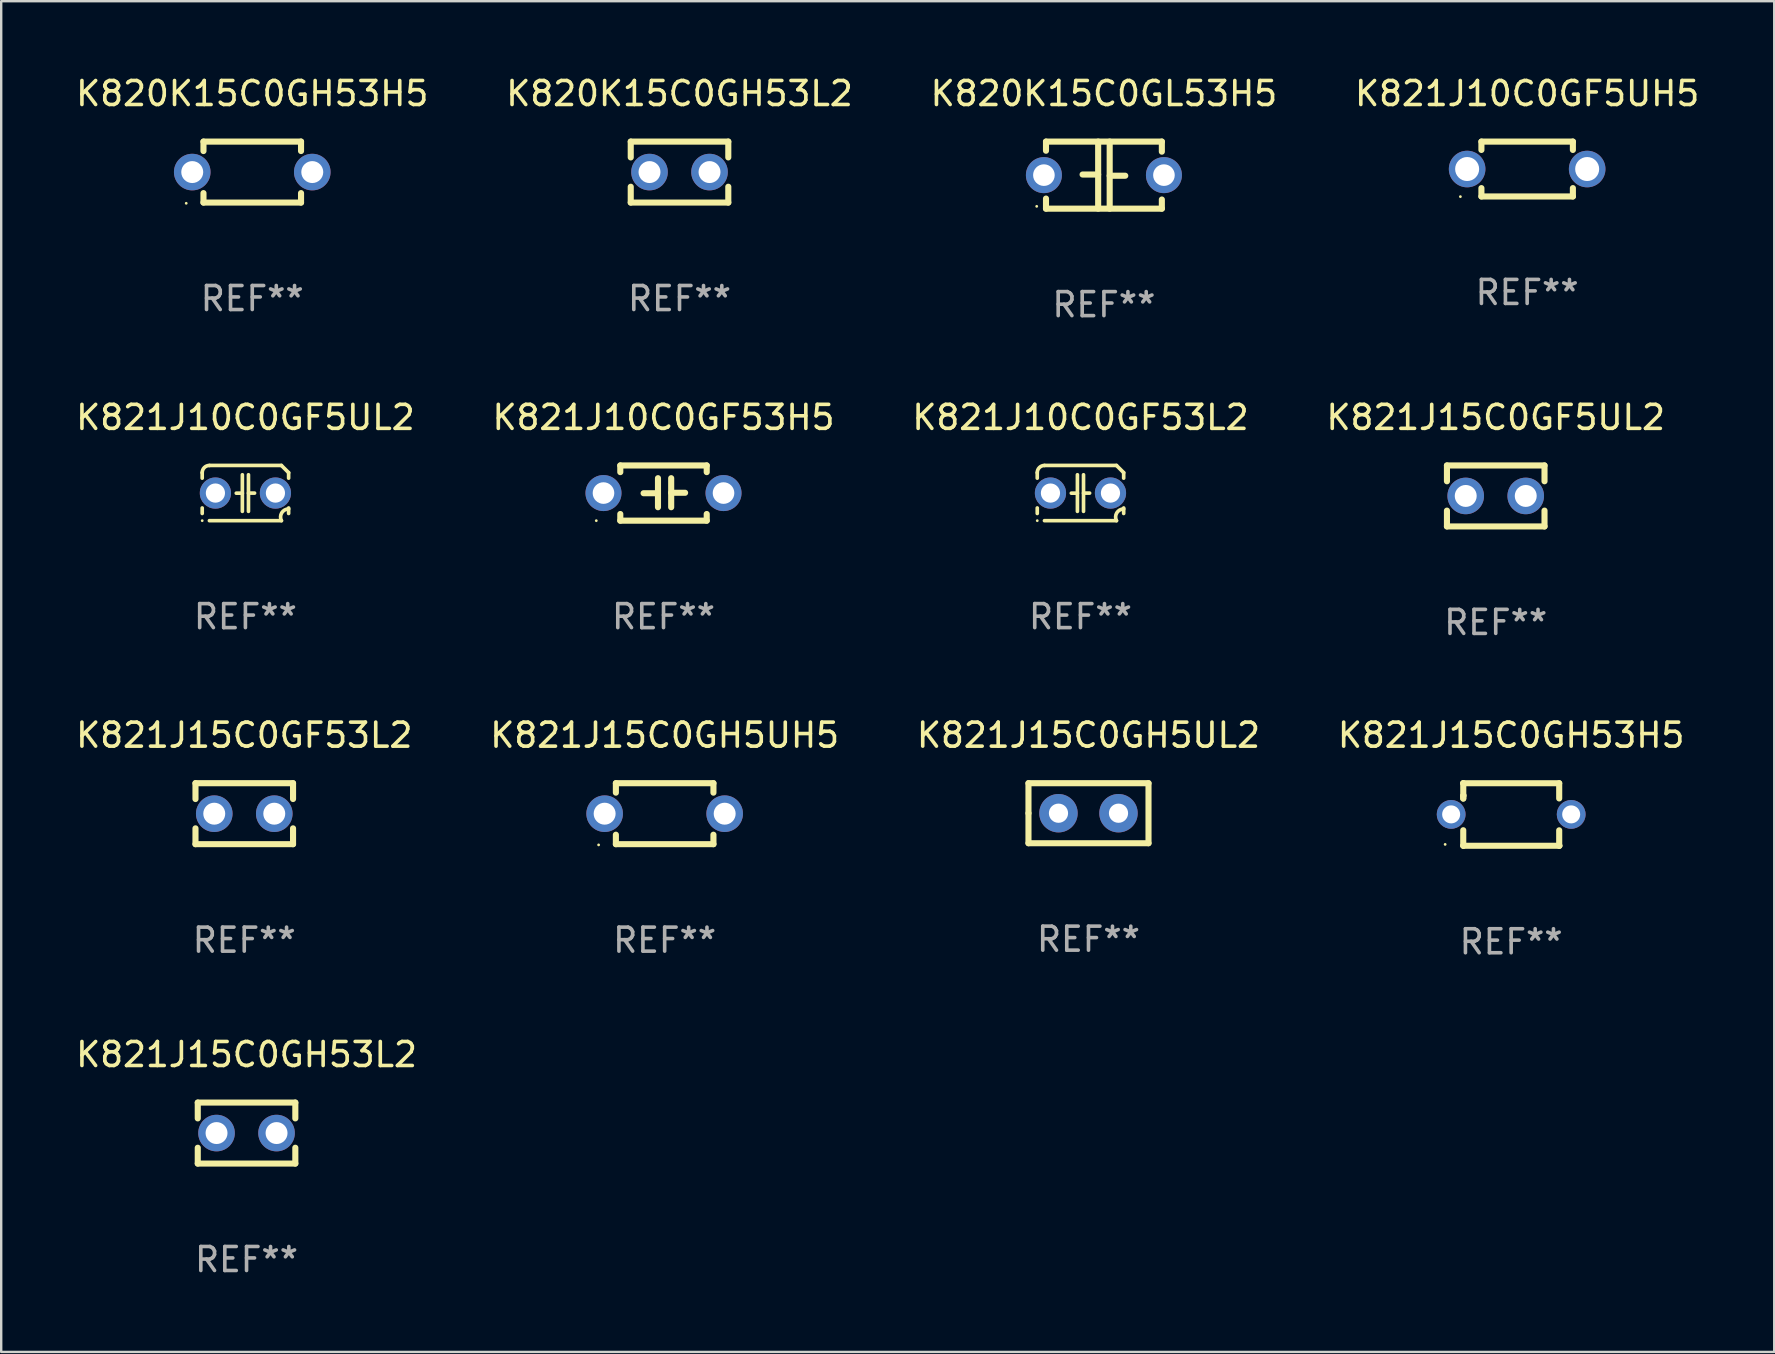
<source format=kicad_pcb>
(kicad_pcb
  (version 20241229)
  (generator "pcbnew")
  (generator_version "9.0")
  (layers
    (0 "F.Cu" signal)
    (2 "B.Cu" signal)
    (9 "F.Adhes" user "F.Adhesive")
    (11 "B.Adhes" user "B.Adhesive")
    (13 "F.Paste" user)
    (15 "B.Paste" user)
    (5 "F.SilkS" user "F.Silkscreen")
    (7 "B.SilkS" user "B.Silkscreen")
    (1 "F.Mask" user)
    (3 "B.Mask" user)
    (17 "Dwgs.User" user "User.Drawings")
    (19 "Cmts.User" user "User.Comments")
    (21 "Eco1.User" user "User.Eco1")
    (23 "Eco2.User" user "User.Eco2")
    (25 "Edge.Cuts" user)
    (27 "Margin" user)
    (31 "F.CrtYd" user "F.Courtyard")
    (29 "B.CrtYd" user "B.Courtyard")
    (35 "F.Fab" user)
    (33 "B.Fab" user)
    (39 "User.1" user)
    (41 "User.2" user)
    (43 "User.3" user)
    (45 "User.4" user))
  (footprint "K821J15C0GF53L2"
    (layer "F.Cu")
    (at 7.125 30.845)
    (property "Reference" "K821J15C0GF53L2" (at 0 -3.27 0) (layer "F.SilkS") (effects (font (size 1 1) (thickness 0.15))))
    (attr through_hole)
    (fp_line (start -2.032 -1.27) (end -2.032 -0.611) (stroke (width 0.254) (type solid)) (layer "F.SilkS"))
    (fp_line (start -2.032 0.611) (end -2.032 1.27) (stroke (width 0.254) (type solid)) (layer "F.SilkS"))
    (fp_line (start -2.032 1.27) (end 2.032 1.27) (stroke (width 0.254) (type solid)) (layer "F.SilkS"))
    (fp_line (start 2.032 -1.27) (end -2.032 -1.27) (stroke (width 0.254) (type solid)) (layer "F.SilkS"))
    (fp_line (start 2.032 -0.611) (end 2.032 -1.27) (stroke (width 0.254) (type solid)) (layer "F.SilkS"))
    (fp_line (start 2.032 1.27) (end 2.032 0.611) (stroke (width 0.254) (type solid)) (layer "F.SilkS"))
    (fp_circle (center -2 1.3) (end -1.97 1.3) (stroke (width 0.06) (type solid)) (fill no) (layer "F.SilkS"))
    (fp_text user "REF**" (at 0 5.27 0) (layer "F.Fab") (effects (font (size 1 1) (thickness 0.15))))
    (pad "1" thru_hole circle (at -1.25 0) (size 1.524 1.524) (drill 0.914) (layers "*.Cu" "*.Mask"))
    (pad "2" thru_hole circle (at 1.25 0) (size 1.524 1.524) (drill 0.914) (layers "*.Cu" "*.Mask")))
  (footprint "K821J10C0GF53H5"
    (layer "F.Cu")
    (at 24.589 17.489)
    (property "Reference" "K821J10C0GF53H5" (at 0 -3.15 0) (layer "F.SilkS") (effects (font (size 1 1) (thickness 0.15))))
    (attr through_hole)
    (fp_line (start -1.8 -1.15) (end -1.8 -0.872) (stroke (width 0.254) (type solid)) (layer "F.SilkS"))
    (fp_line (start -1.8 -1.15) (end 1.8 -1.15) (stroke (width 0.254) (type solid)) (layer "F.SilkS"))
    (fp_line (start -1.8 0.872) (end -1.8 1.15) (stroke (width 0.254) (type solid)) (layer "F.SilkS"))
    (fp_line (start -1.8 1.15) (end 1.8 1.15) (stroke (width 0.254) (type solid)) (layer "F.SilkS"))
    (fp_line (start -0.23 -0.62) (end -0.23 0.59) (stroke (width 0.254) (type solid)) (layer "F.SilkS"))
    (fp_line (start -0.23 0.007) (end -0.83 0.007) (stroke (width 0.254) (type solid)) (layer "F.SilkS"))
    (fp_line (start 0.32 -0.62) (end 0.32 0.59) (stroke (width 0.254) (type solid)) (layer "F.SilkS"))
    (fp_line (start 0.32 -0.012) (end 0.9 -0.012) (stroke (width 0.254) (type solid)) (layer "F.SilkS"))
    (fp_line (start 1.8 -1.15) (end 1.8 -0.872) (stroke (width 0.254) (type solid)) (layer "F.SilkS"))
    (fp_line (start 1.8 0.872) (end 1.8 1.15) (stroke (width 0.254) (type solid)) (layer "F.SilkS"))
    (fp_circle (center -2.8 1.15) (end -2.77 1.15) (stroke (width 0.06) (type solid)) (fill no) (layer "F.SilkS"))
    (fp_text user "REF**" (at 0 5.15 0) (layer "F.Fab") (effects (font (size 1 1) (thickness 0.15))))
    (pad "1" thru_hole circle (at -2.5 0) (size 1.5 1.5) (drill 0.9) (layers "*.Cu" "*.Mask"))
    (pad "2" thru_hole circle (at 2.5 0) (size 1.5 1.5) (drill 0.9) (layers "*.Cu" "*.Mask")))
  (footprint "K821J15C0GH5UL2"
    (layer "F.Cu")
    (at 42.292 30.825)
    (property "Reference" "K821J15C0GH5UL2" (at 0 -3.25 0) (layer "F.SilkS") (effects (font (size 1 1) (thickness 0.15))))
    (attr through_hole)
    (fp_line (start -2.5 -1.25) (end 2.5 -1.25) (stroke (width 0.254) (type solid)) (layer "F.SilkS"))
    (fp_line (start -2.5 0) (end -2.5 -1.25) (stroke (width 0.254) (type solid)) (layer "F.SilkS"))
    (fp_line (start -2.5 1.25) (end -2.5 0) (stroke (width 0.254) (type solid)) (layer "F.SilkS"))
    (fp_line (start 2.5 -1.25) (end 2.5 1.25) (stroke (width 0.254) (type solid)) (layer "F.SilkS"))
    (fp_line (start 2.5 1.25) (end -2.5 1.25) (stroke (width 0.254) (type solid)) (layer "F.SilkS"))
    (fp_circle (center -2.5 1.25) (end -2.47 1.25) (stroke (width 0.06) (type solid)) (fill no) (layer "F.SilkS"))
    (fp_text user "REF**" (at 0 5.25 0) (layer "F.Fab") (effects (font (size 1 1) (thickness 0.15))))
    (pad "1" thru_hole circle (at -1.25 0) (size 1.6 1.6) (drill 0.8) (layers "*.Cu" "*.Mask"))
    (pad "2" thru_hole circle (at 1.25 0) (size 1.6 1.6) (drill 0.8) (layers "*.Cu" "*.Mask")))
  (footprint "K821J15C0GH5UH5"
    (layer "F.Cu")
    (at 24.637 30.845)
    (property "Reference" "K821J15C0GH5UH5" (at 0 -3.27 0) (layer "F.SilkS") (effects (font (size 1 1) (thickness 0.15))))
    (attr through_hole)
    (fp_line (start -2.032 -1.27) (end -2.032 -0.876) (stroke (width 0.254) (type solid)) (layer "F.SilkS"))
    (fp_line (start -2.032 0.876) (end -2.032 1.27) (stroke (width 0.254) (type solid)) (layer "F.SilkS"))
    (fp_line (start -2.032 1.27) (end 2.032 1.27) (stroke (width 0.254) (type solid)) (layer "F.SilkS"))
    (fp_line (start 2.032 -1.27) (end -2.032 -1.27) (stroke (width 0.254) (type solid)) (layer "F.SilkS"))
    (fp_line (start 2.032 -0.876) (end 2.032 -1.27) (stroke (width 0.254) (type solid)) (layer "F.SilkS"))
    (fp_line (start 2.032 1.27) (end 2.032 0.876) (stroke (width 0.254) (type solid)) (layer "F.SilkS"))
    (fp_circle (center -2.751 1.3) (end -2.721 1.3) (stroke (width 0.06) (type solid)) (fill no) (layer "F.SilkS"))
    (fp_text user "REF**" (at 0 5.27 0) (layer "F.Fab") (effects (font (size 1 1) (thickness 0.15))))
    (pad "1" thru_hole circle (at -2.5 0) (size 1.524 1.524) (drill 0.914) (layers "*.Cu" "*.Mask"))
    (pad "2" thru_hole circle (at 2.5 0) (size 1.524 1.524) (drill 0.914) (layers "*.Cu" "*.Mask")))
  (footprint "K821J10C0GF53L2"
    (layer "F.Cu")
    (at 41.958 17.489)
    (property "Reference" "K821J10C0GF53L2" (at 0 -3.15 0) (layer "F.SilkS") (effects (font (size 1 1) (thickness 0.15))))
    (attr through_hole)
    (fp_line (start -1.8 -0.621) (end -1.8 -0.85) (stroke (width 0.152) (type solid)) (layer "F.SilkS"))
    (fp_line (start -1.8 0.85) (end -1.8 0.621) (stroke (width 0.152) (type solid)) (layer "F.SilkS"))
    (fp_line (start -1.5 -1.15) (end 1.5 -1.15) (stroke (width 0.152) (type solid)) (layer "F.SilkS"))
    (fp_line (start -0.127 -0.762) (end -0.127 0.762) (stroke (width 0.152) (type solid)) (layer "F.SilkS"))
    (fp_line (start -0.127 0.005) (end -0.381 0.005) (stroke (width 0.152) (type solid)) (layer "F.SilkS"))
    (fp_line (start 0.127 -0.762) (end 0.127 0.762) (stroke (width 0.152) (type solid)) (layer "F.SilkS"))
    (fp_line (start 0.127 0.002) (end 0.381 0.002) (stroke (width 0.152) (type solid)) (layer "F.SilkS"))
    (fp_line (start 1.5 1.15) (end -1.5 1.15) (stroke (width 0.152) (type solid)) (layer "F.SilkS"))
    (fp_line (start 1.8 -0.85) (end 1.8 -0.621) (stroke (width 0.152) (type solid)) (layer "F.SilkS"))
    (fp_line (start 1.8 0.621) (end 1.8 0.85) (stroke (width 0.152) (type solid)) (layer "F.SilkS"))
    (fp_arc (start -1.799975 -0.849987) (mid -1.712107 -1.062119) (end -1.499975 -1.149987) (stroke (width 0.151994) (type solid)) (layer "F.SilkS"))
    (fp_arc (start 1.499975 1.149987) (mid 1.513726 0.822359) (end 1.799975 0.662387) (stroke (width 0.151994) (type solid)) (layer "F.SilkS"))
    (fp_arc (start 1.500001 -1.149986) (mid 1.650015 -1.000001) (end 1.8 -0.849987) (stroke (width 0.151994) (type solid)) (layer "F.SilkS"))
    (fp_circle (center -1.8 1.15) (end -1.77 1.15) (stroke (width 0.06) (type solid)) (fill no) (layer "F.SilkS"))
    (fp_text user "REF**" (at 0 5.15 0) (layer "F.Fab") (effects (font (size 1 1) (thickness 0.15))))
    (pad "1" thru_hole circle (at -1.25 0) (size 1.3 1.3) (drill 0.8) (layers "*.Cu" "*.Mask"))
    (pad "2" thru_hole circle (at 1.25 0) (size 1.3 1.3) (drill 0.8) (layers "*.Cu" "*.Mask")))
  (footprint "K820K15C0GL53H5"
    (layer "F.Cu")
    (at 42.935 4.245)
    (property "Reference" "K820K15C0GL53H5" (at 0 -3.397 0) (layer "F.SilkS") (effects (font (size 1 1) (thickness 0.15))))
    (attr through_hole)
    (fp_line (start -2.413 -1.397) (end 2.413 -1.397) (stroke (width 0.254) (type solid)) (layer "F.SilkS"))
    (fp_line (start -2.413 -1.016) (end -2.413 -1.397) (stroke (width 0.254) (type solid)) (layer "F.SilkS"))
    (fp_line (start -2.413 0.977) (end -2.413 1.397) (stroke (width 0.254) (type solid)) (layer "F.SilkS"))
    (fp_line (start -0.24 -0.025) (end -0.889 -0.025) (stroke (width 0.254) (type solid)) (layer "F.SilkS"))
    (fp_line (start -0.24 1.397) (end -0.24 -1.397) (stroke (width 0.254) (type solid)) (layer "F.SilkS"))
    (fp_line (start 0.24 -1.397) (end 0.24 1.397) (stroke (width 0.254) (type solid)) (layer "F.SilkS"))
    (fp_line (start 0.24 0.025) (end 0.889 0.025) (stroke (width 0.254) (type solid)) (layer "F.SilkS"))
    (fp_line (start 2.413 -0.977) (end 2.413 -1.397) (stroke (width 0.254) (type solid)) (layer "F.SilkS"))
    (fp_line (start 2.413 1.016) (end 2.413 1.397) (stroke (width 0.254) (type solid)) (layer "F.SilkS"))
    (fp_line (start 2.413 1.397) (end -2.413 1.397) (stroke (width 0.254) (type solid)) (layer "F.SilkS"))
    (fp_circle (center -2.8 1.3) (end -2.77 1.3) (stroke (width 0.06) (type solid)) (fill no) (layer "F.SilkS"))
    (fp_text user "REF**" (at 0 5.397 0) (layer "F.Fab") (effects (font (size 1 1) (thickness 0.15))))
    (pad "1" thru_hole circle (at -2.5 0) (size 1.5 1.5) (drill 0.9) (layers "*.Cu" "*.Mask"))
    (pad "2" thru_hole circle (at 2.5 0) (size 1.5 1.5) (drill 0.9) (layers "*.Cu" "*.Mask")))
  (footprint "K821J15C0GH53L2"
    (layer "F.Cu")
    (at 7.22 44.149)
    (property "Reference" "K821J15C0GH53L2" (at 0 -3.27 0) (layer "F.SilkS") (effects (font (size 1 1) (thickness 0.15))))
    (attr through_hole)
    (fp_line (start -2.032 -1.27) (end -2.032 -0.611) (stroke (width 0.254) (type solid)) (layer "F.SilkS"))
    (fp_line (start -2.032 0.611) (end -2.032 1.27) (stroke (width 0.254) (type solid)) (layer "F.SilkS"))
    (fp_line (start -2.032 1.27) (end 2.032 1.27) (stroke (width 0.254) (type solid)) (layer "F.SilkS"))
    (fp_line (start 2.032 -1.27) (end -2.032 -1.27) (stroke (width 0.254) (type solid)) (layer "F.SilkS"))
    (fp_line (start 2.032 -0.611) (end 2.032 -1.27) (stroke (width 0.254) (type solid)) (layer "F.SilkS"))
    (fp_line (start 2.032 1.27) (end 2.032 0.611) (stroke (width 0.254) (type solid)) (layer "F.SilkS"))
    (fp_circle (center -2 1.3) (end -1.97 1.3) (stroke (width 0.06) (type solid)) (fill no) (layer "F.SilkS"))
    (fp_text user "REF**" (at 0 5.27 0) (layer "F.Fab") (effects (font (size 1 1) (thickness 0.15))))
    (pad "1" thru_hole circle (at -1.25 0) (size 1.524 1.524) (drill 0.914) (layers "*.Cu" "*.Mask"))
    (pad "2" thru_hole circle (at 1.25 0) (size 1.524 1.524) (drill 0.914) (layers "*.Cu" "*.Mask")))
  (footprint "K820K15C0GH53H5"
    (layer "F.Cu")
    (at 7.458 4.118)
    (property "Reference" "K820K15C0GH53H5" (at 0 -3.27 0) (layer "F.SilkS") (effects (font (size 1 1) (thickness 0.15))))
    (attr through_hole)
    (fp_line (start -2.032 -1.27) (end -2.032 -0.876) (stroke (width 0.254) (type solid)) (layer "F.SilkS"))
    (fp_line (start -2.032 0.876) (end -2.032 1.27) (stroke (width 0.254) (type solid)) (layer "F.SilkS"))
    (fp_line (start -2.032 1.27) (end 2.032 1.27) (stroke (width 0.254) (type solid)) (layer "F.SilkS"))
    (fp_line (start 2.032 -1.27) (end -2.032 -1.27) (stroke (width 0.254) (type solid)) (layer "F.SilkS"))
    (fp_line (start 2.032 -0.876) (end 2.032 -1.27) (stroke (width 0.254) (type solid)) (layer "F.SilkS"))
    (fp_line (start 2.032 1.27) (end 2.032 0.876) (stroke (width 0.254) (type solid)) (layer "F.SilkS"))
    (fp_circle (center -2.751 1.3) (end -2.721 1.3) (stroke (width 0.06) (type solid)) (fill no) (layer "F.SilkS"))
    (fp_text user "REF**" (at 0 5.27 0) (layer "F.Fab") (effects (font (size 1 1) (thickness 0.15))))
    (pad "1" thru_hole circle (at -2.5 0) (size 1.524 1.524) (drill 0.914) (layers "*.Cu" "*.Mask"))
    (pad "2" thru_hole circle (at 2.5 0) (size 1.524 1.524) (drill 0.914) (layers "*.Cu" "*.Mask")))
  (footprint "K821J10C0GF5UH5"
    (layer "F.Cu")
    (at 60.565 3.991)
    (property "Reference" "K821J10C0GF5UH5" (at 0 -3.143 0) (layer "F.SilkS") (effects (font (size 1 1) (thickness 0.15))))
    (attr through_hole)
    (fp_line (start -1.905 -1.143) (end 1.905 -1.143) (stroke (width 0.254) (type solid)) (layer "F.SilkS"))
    (fp_line (start -1.905 -0.795) (end -1.905 -1.143) (stroke (width 0.254) (type solid)) (layer "F.SilkS"))
    (fp_line (start -1.905 1.143) (end -1.905 0.795) (stroke (width 0.254) (type solid)) (layer "F.SilkS"))
    (fp_line (start 1.905 -1.143) (end 1.905 -0.795) (stroke (width 0.254) (type solid)) (layer "F.SilkS"))
    (fp_line (start 1.905 0.795) (end 1.905 1.143) (stroke (width 0.254) (type solid)) (layer "F.SilkS"))
    (fp_line (start 1.905 1.143) (end -1.905 1.143) (stroke (width 0.254) (type solid)) (layer "F.SilkS"))
    (fp_circle (center -2.781 1.15) (end -2.751 1.15) (stroke (width 0.06) (type solid)) (fill no) (layer "F.SilkS"))
    (fp_text user "REF**" (at 0 5.143 0) (layer "F.Fab") (effects (font (size 1 1) (thickness 0.15))))
    (pad "1" thru_hole circle (at -2.5 0) (size 1.524 1.524) (drill 1) (layers "*.Cu" "*.Mask"))
    (pad "2" thru_hole circle (at 2.5 0) (size 1.524 1.524) (drill 1) (layers "*.Cu" "*.Mask")))
  (footprint "K821J15C0GH53H5"
    (layer "F.Cu")
    (at 59.899 30.879)
    (property "Reference" "K821J15C0GH53H5" (at 0 -3.303 0) (layer "F.SilkS") (effects (font (size 1 1) (thickness 0.15))))
    (attr through_hole)
    (fp_line (start -1.996 -0.782) (end -1.983 -0.795) (stroke (width 0.254) (type solid)) (layer "F.SilkS"))
    (fp_line (start -1.996 -0.665) (end -1.996 -0.782) (stroke (width 0.254) (type solid)) (layer "F.SilkS"))
    (fp_line (start -1.996 1.297) (end -1.996 0.655) (stroke (width 0.254) (type solid)) (layer "F.SilkS"))
    (fp_line (start -1.996 -1.303) (end 2.001 -1.303) (stroke (width 0.254) (type solid)) (layer "F.SilkS"))
    (fp_line (start -1.995 -1.303) (end -1.996 -1.303) (stroke (width 0.254) (type solid)) (layer "F.SilkS"))
    (fp_line (start -1.995 -0.664) (end -1.995 -1.303) (stroke (width 0.254) (type solid)) (layer "F.SilkS"))
    (fp_line (start -1.99 1.303) (end -1.996 1.297) (stroke (width 0.254) (type solid)) (layer "F.SilkS"))
    (fp_line (start 2.001 -1.303) (end 2.001 -0.669) (stroke (width 0.254) (type solid)) (layer "F.SilkS"))
    (fp_line (start 2.001 0.659) (end 2.001 1.297) (stroke (width 0.254) (type solid)) (layer "F.SilkS"))
    (fp_line (start 2.001 1.297) (end 2.008 1.303) (stroke (width 0.254) (type solid)) (layer "F.SilkS"))
    (fp_line (start 2.008 1.303) (end -1.99 1.303) (stroke (width 0.254) (type solid)) (layer "F.SilkS"))
    (fp_circle (center -2.75 1.245) (end -2.72 1.245) (stroke (width 0.06) (type solid)) (fill no) (layer "F.SilkS"))
    (fp_text user "REF**" (at 0 5.303 0) (layer "F.Fab") (effects (font (size 1 1) (thickness 0.15))))
    (pad "1" thru_hole circle (at -2.5 -0.005) (size 1.2 1.2) (drill 0.75) (layers "*.Cu" "*.Mask"))
    (pad "2" thru_hole circle (at 2.5 -0.005) (size 1.2 1.2) (drill 0.75) (layers "*.Cu" "*.Mask")))
  (footprint "K821J15C0GF5UL2"
    (layer "F.Cu")
    (at 59.256 17.609)
    (property "Reference" "K821J15C0GF5UL2" (at 0 -3.27 0) (layer "F.SilkS") (effects (font (size 1 1) (thickness 0.15))))
    (attr through_hole)
    (fp_line (start -2.032 -1.27) (end -2.032 -0.611) (stroke (width 0.254) (type solid)) (layer "F.SilkS"))
    (fp_line (start -2.032 0.611) (end -2.032 1.27) (stroke (width 0.254) (type solid)) (layer "F.SilkS"))
    (fp_line (start -2.032 1.27) (end 2.032 1.27) (stroke (width 0.254) (type solid)) (layer "F.SilkS"))
    (fp_line (start 2.032 -1.27) (end -2.032 -1.27) (stroke (width 0.254) (type solid)) (layer "F.SilkS"))
    (fp_line (start 2.032 -0.611) (end 2.032 -1.27) (stroke (width 0.254) (type solid)) (layer "F.SilkS"))
    (fp_line (start 2.032 1.27) (end 2.032 0.611) (stroke (width 0.254) (type solid)) (layer "F.SilkS"))
    (fp_circle (center -2 1.3) (end -1.97 1.3) (stroke (width 0.06) (type solid)) (fill no) (layer "F.SilkS"))
    (fp_text user "REF**" (at 0 5.27 0) (layer "F.Fab") (effects (font (size 1 1) (thickness 0.15))))
    (pad "1" thru_hole circle (at -1.25 0) (size 1.524 1.524) (drill 0.914) (layers "*.Cu" "*.Mask"))
    (pad "2" thru_hole circle (at 1.25 0) (size 1.524 1.524) (drill 0.914) (layers "*.Cu" "*.Mask")))
  (footprint "K820K15C0GH53L2"
    (layer "F.Cu")
    (at 25.256 4.118)
    (property "Reference" "K820K15C0GH53L2" (at 0 -3.27 0) (layer "F.SilkS") (effects (font (size 1 1) (thickness 0.15))))
    (attr through_hole)
    (fp_line (start -2.032 -1.27) (end -2.032 -0.611) (stroke (width 0.254) (type solid)) (layer "F.SilkS"))
    (fp_line (start -2.032 0.611) (end -2.032 1.27) (stroke (width 0.254) (type solid)) (layer "F.SilkS"))
    (fp_line (start -2.032 1.27) (end 2.032 1.27) (stroke (width 0.254) (type solid)) (layer "F.SilkS"))
    (fp_line (start 2.032 -1.27) (end -2.032 -1.27) (stroke (width 0.254) (type solid)) (layer "F.SilkS"))
    (fp_line (start 2.032 -0.611) (end 2.032 -1.27) (stroke (width 0.254) (type solid)) (layer "F.SilkS"))
    (fp_line (start 2.032 1.27) (end 2.032 0.611) (stroke (width 0.254) (type solid)) (layer "F.SilkS"))
    (fp_circle (center -2 1.3) (end -1.97 1.3) (stroke (width 0.06) (type solid)) (fill no) (layer "F.SilkS"))
    (fp_text user "REF**" (at 0 5.27 0) (layer "F.Fab") (effects (font (size 1 1) (thickness 0.15))))
    (pad "1" thru_hole circle (at -1.25 0) (size 1.524 1.524) (drill 0.914) (layers "*.Cu" "*.Mask"))
    (pad "2" thru_hole circle (at 1.25 0) (size 1.524 1.524) (drill 0.914) (layers "*.Cu" "*.Mask")))
  (footprint "K821J10C0GF5UL2"
    (layer "F.Cu")
    (at 7.173 17.489)
    (property "Reference" "K821J10C0GF5UL2" (at 0 -3.15 0) (layer "F.SilkS") (effects (font (size 1 1) (thickness 0.15))))
    (attr through_hole)
    (fp_line (start -1.8 -0.621) (end -1.8 -0.85) (stroke (width 0.152) (type solid)) (layer "F.SilkS"))
    (fp_line (start -1.8 0.85) (end -1.8 0.621) (stroke (width 0.152) (type solid)) (layer "F.SilkS"))
    (fp_line (start -1.5 -1.15) (end 1.5 -1.15) (stroke (width 0.152) (type solid)) (layer "F.SilkS"))
    (fp_line (start -0.127 -0.762) (end -0.127 0.762) (stroke (width 0.152) (type solid)) (layer "F.SilkS"))
    (fp_line (start -0.127 0.005) (end -0.381 0.005) (stroke (width 0.152) (type solid)) (layer "F.SilkS"))
    (fp_line (start 0.127 -0.762) (end 0.127 0.762) (stroke (width 0.152) (type solid)) (layer "F.SilkS"))
    (fp_line (start 0.127 0.002) (end 0.381 0.002) (stroke (width 0.152) (type solid)) (layer "F.SilkS"))
    (fp_line (start 1.5 1.15) (end -1.5 1.15) (stroke (width 0.152) (type solid)) (layer "F.SilkS"))
    (fp_line (start 1.8 -0.85) (end 1.8 -0.621) (stroke (width 0.152) (type solid)) (layer "F.SilkS"))
    (fp_line (start 1.8 0.621) (end 1.8 0.85) (stroke (width 0.152) (type solid)) (layer "F.SilkS"))
    (fp_arc (start -1.799975 -0.849987) (mid -1.712107 -1.062119) (end -1.499975 -1.149987) (stroke (width 0.151994) (type solid)) (layer "F.SilkS"))
    (fp_arc (start 1.499975 1.149987) (mid 1.513726 0.822359) (end 1.799975 0.662387) (stroke (width 0.151994) (type solid)) (layer "F.SilkS"))
    (fp_arc (start 1.500001 -1.149986) (mid 1.650015 -1.000001) (end 1.8 -0.849987) (stroke (width 0.151994) (type solid)) (layer "F.SilkS"))
    (fp_circle (center -1.8 1.15) (end -1.77 1.15) (stroke (width 0.06) (type solid)) (fill no) (layer "F.SilkS"))
    (fp_text user "REF**" (at 0 5.15 0) (layer "F.Fab") (effects (font (size 1 1) (thickness 0.15))))
    (pad "1" thru_hole circle (at -1.25 0) (size 1.3 1.3) (drill 0.8) (layers "*.Cu" "*.Mask"))
    (pad "2" thru_hole circle (at 1.25 0) (size 1.3 1.3) (drill 0.8) (layers "*.Cu" "*.Mask")))
  (gr_rect
    (start -3 -3)
    (end 70.857 53.267)
    (stroke (width 0.1) (type default))
    (fill no)
    (layer "Edge.Cuts")))
</source>
